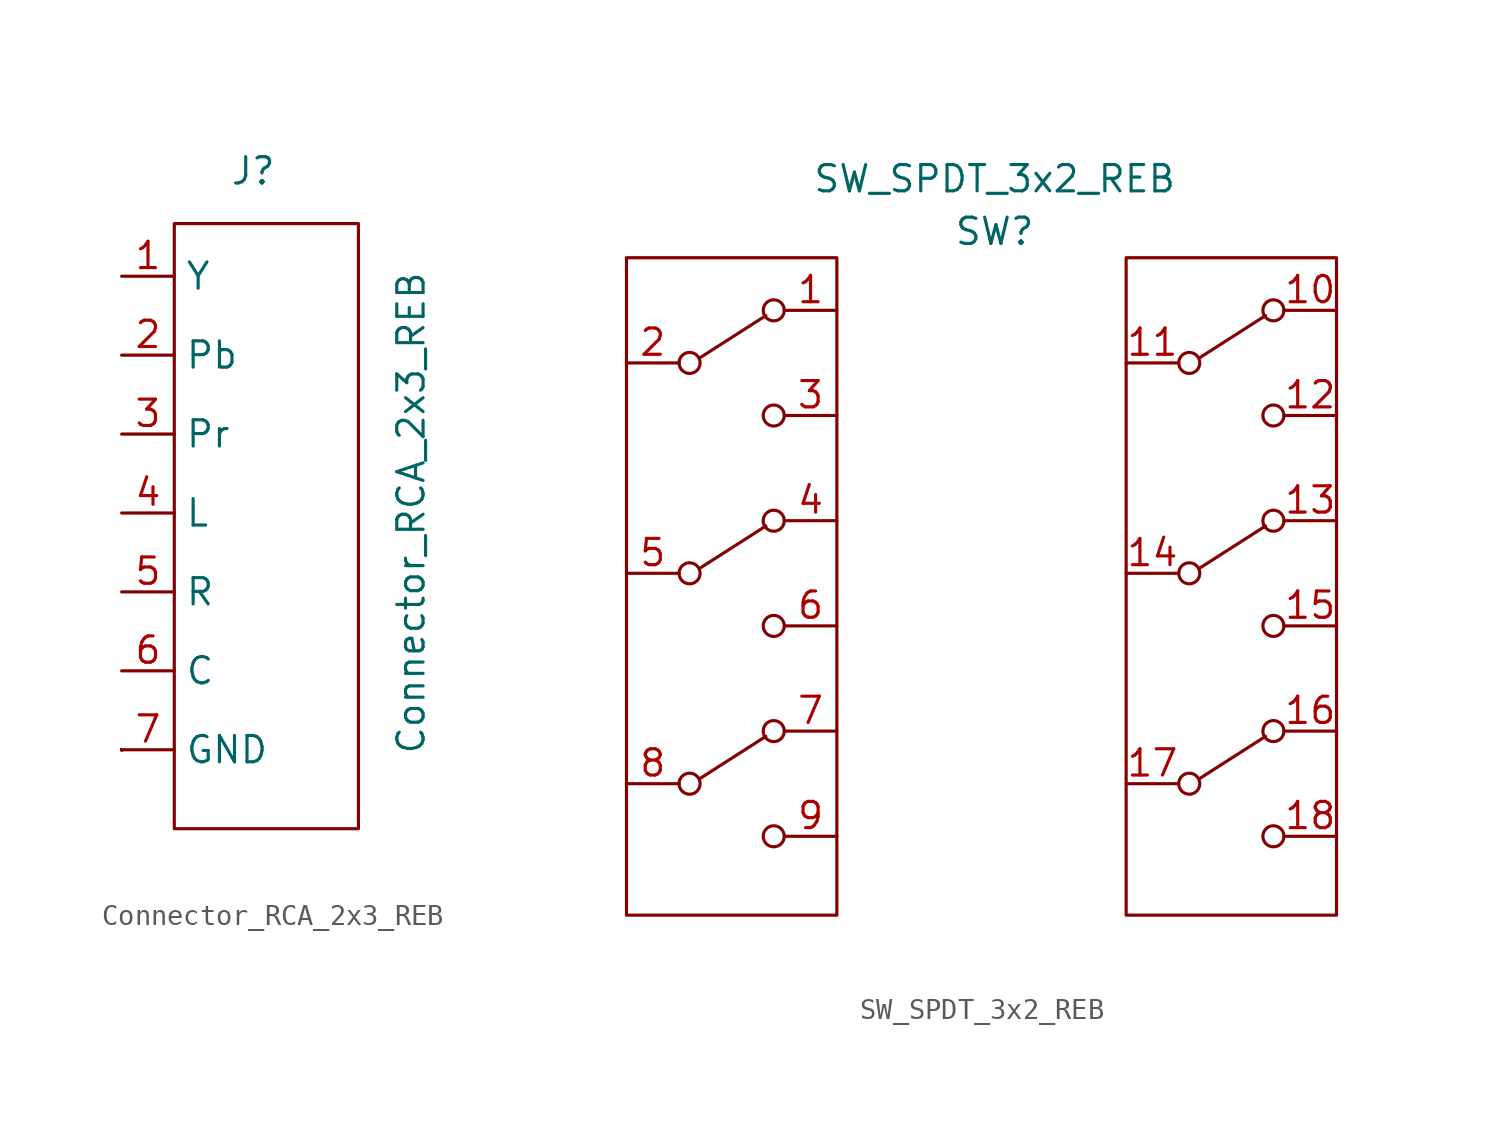
<source format=kicad_sym>
(kicad_symbol_lib
  (version 20211014)
  (generator kicad_symbol_editor)
  (symbol "Connector_RCA_2x3_REB"
    (property "Reference" "J"
      (at 11.43 2.54 0)
      (effects (font (size 1.27 1.27))))
    (property "Value" "Connector_RCA_2x3_REB"
      (at 19.05 -13.97 90)
      (effects (font (size 1.27 1.27))))
    (symbol "Connector_RCA_2x3_REB_0_1"
      (rectangle (start 5.08 -25.4) (end 5.08 -25.4) (stroke (width 0) (type default) (color 0 0 0 0)) (fill (type none)))
      (rectangle (start 5.08 -25.4) (end 5.08 -25.4) (stroke (width 0) (type default) (color 0 0 0 0)) (fill (type none)))
      (rectangle (start 5.08 -25.4) (end 5.08 -25.4) (stroke (width 0) (type default) (color 0 0 0 0)) (fill (type none)))
      (rectangle (start 5.08 -25.4) (end 5.08 -25.4) (stroke (width 0) (type default) (color 0 0 0 0)) (fill (type none)))
      (rectangle (start 5.08 -25.4) (end 5.08 -25.4) (stroke (width 0) (type default) (color 0 0 0 0)) (fill (type none)))
      (rectangle (start 5.08 -25.4) (end 5.08 -25.4) (stroke (width 0) (type default) (color 0 0 0 0)) (fill (type none)))
      (rectangle (start 5.08 -25.4) (end 5.08 -25.4) (stroke (width 0) (type default) (color 0 0 0 0)) (fill (type none)))
      (rectangle (start 5.08 -25.4) (end 5.08 -25.4) (stroke (width 0) (type default) (color 0 0 0 0)) (fill (type none)))
      (rectangle (start 5.08 -25.4) (end 5.08 -25.4) (stroke (width 0) (type default) (color 0 0 0 0)) (fill (type none)))
      (rectangle (start 5.08 -25.4) (end 5.08 -25.4) (stroke (width 0) (type default) (color 0 0 0 0)) (fill (type none)))
      (rectangle (start 5.08 -25.4) (end 5.08 -25.4) (stroke (width 0) (type default) (color 0 0 0 0)) (fill (type none)))
      (rectangle (start 7.62 0) (end 16.51 -29.21) (stroke (width 0) (type default) (color 0 0 0 0)) (fill (type none))))
    (symbol "Connector_RCA_2x3_REB_1_1"
      (pin bidirectional line (at 5.08 -2.54 0) (length 2.54) (name "Y" (effects (font (size 1.27 1.27)))) (number "1" (effects (font (size 1.27 1.27)))))
      (pin bidirectional line (at 5.08 -6.35 0) (length 2.54) (name "Pb" (effects (font (size 1.27 1.27)))) (number "2" (effects (font (size 1.27 1.27)))))
      (pin bidirectional line (at 5.08 -10.16 0) (length 2.54) (name "Pr" (effects (font (size 1.27 1.27)))) (number "3" (effects (font (size 1.27 1.27)))))
      (pin bidirectional line (at 5.08 -13.97 0) (length 2.54) (name "L" (effects (font (size 1.27 1.27)))) (number "4" (effects (font (size 1.27 1.27)))))
      (pin bidirectional line (at 5.08 -17.78 0) (length 2.54) (name "R" (effects (font (size 1.27 1.27)))) (number "5" (effects (font (size 1.27 1.27)))))
      (pin bidirectional line (at 5.08 -21.59 0) (length 2.54) (name "C" (effects (font (size 1.27 1.27)))) (number "6" (effects (font (size 1.27 1.27)))))
      (pin bidirectional line (at 5.08 -25.4 0) (length 2.54) (name "GND" (effects (font (size 1.27 1.27)))) (number "7" (effects (font (size 1.27 1.27)))))
      (pin passive line (at 5.08 -25.4 0) (length 2.54) hide (name "GND" (effects (font (size 1.27 1.27)))) (number "8" (effects (font (size 1.27 1.27)))))
      (pin passive line (at 5.08 -25.4 0) (length 2.54) hide (name "GND" (effects (font (size 1.27 1.27)))) (number "9" (effects (font (size 1.27 1.27)))))))
  (symbol "SW_SPDT_3x2_REB"
    (pin_names
      (offset 0) hide)
    (property "Reference" "SW"
      (at 12.7 6.35 0)
      (effects (font (size 1.27 1.27))))
    (property "Value" "SW_SPDT_3x2_REB"
      (at 12.7 8.89 0)
      (effects (font (size 1.27 1.27))))
    (symbol "SW_SPDT_3x2_REB_0_0"
      (circle (center -2.032 -20.32) (radius 0.508) (stroke (width 0) (type default) (color 0 0 0 0)) (fill (type none)))
      (circle (center -2.032 -10.16) (radius 0.508) (stroke (width 0) (type default) (color 0 0 0 0)) (fill (type none)))
      (circle (center -2.032 0) (radius 0.508) (stroke (width 0) (type default) (color 0 0 0 0)) (fill (type none)))
      (circle (center 2.032 -22.86) (radius 0.508) (stroke (width 0) (type default) (color 0 0 0 0)) (fill (type none)))
      (circle (center 2.032 -12.7) (radius 0.508) (stroke (width 0) (type default) (color 0 0 0 0)) (fill (type none)))
      (circle (center 2.032 -2.54) (radius 0.508) (stroke (width 0) (type default) (color 0 0 0 0)) (fill (type none)))
      (circle (center 22.098 -20.32) (radius 0.508) (stroke (width 0) (type default) (color 0 0 0 0)) (fill (type none)))
      (circle (center 22.098 -10.16) (radius 0.508) (stroke (width 0) (type default) (color 0 0 0 0)) (fill (type none)))
      (circle (center 22.098 0) (radius 0.508) (stroke (width 0) (type default) (color 0 0 0 0)) (fill (type none)))
      (circle (center 26.162 -22.86) (radius 0.508) (stroke (width 0) (type default) (color 0 0 0 0)) (fill (type none)))
      (circle (center 26.162 -12.7) (radius 0.508) (stroke (width 0) (type default) (color 0 0 0 0)) (fill (type none)))
      (circle (center 26.162 -2.54) (radius 0.508) (stroke (width 0) (type default) (color 0 0 0 0)) (fill (type none))))
    (symbol "SW_SPDT_3x2_REB_0_1"
      (rectangle (start -5.08 5.08) (end 5.08 -26.67) (stroke (width 0) (type default) (color 0 0 0 0)) (fill (type none)))
      (polyline (pts (xy -1.524 -20.066) (xy 1.651 -18.034)) (stroke (width 0) (type default) (color 0 0 0 0)) (fill (type none)))
      (polyline (pts (xy -1.524 -9.906) (xy 1.651 -7.874)) (stroke (width 0) (type default) (color 0 0 0 0)) (fill (type none)))
      (polyline (pts (xy -1.524 0.254) (xy 1.651 2.286)) (stroke (width 0) (type default) (color 0 0 0 0)) (fill (type none)))
      (polyline (pts (xy 22.606 -20.066) (xy 25.781 -18.034)) (stroke (width 0) (type default) (color 0 0 0 0)) (fill (type none)))
      (polyline (pts (xy 22.606 -9.906) (xy 25.781 -7.874)) (stroke (width 0) (type default) (color 0 0 0 0)) (fill (type none)))
      (polyline (pts (xy 22.606 0.254) (xy 25.781 2.286)) (stroke (width 0) (type default) (color 0 0 0 0)) (fill (type none)))
      (circle (center 2.032 -17.78) (radius 0.508) (stroke (width 0) (type default) (color 0 0 0 0)) (fill (type none)))
      (circle (center 2.032 -7.62) (radius 0.508) (stroke (width 0) (type default) (color 0 0 0 0)) (fill (type none)))
      (circle (center 2.032 2.54) (radius 0.508) (stroke (width 0) (type default) (color 0 0 0 0)) (fill (type none)))
      (rectangle (start 19.05 5.08) (end 29.21 -26.67) (stroke (width 0) (type default) (color 0 0 0 0)) (fill (type none)))
      (circle (center 26.162 -17.78) (radius 0.508) (stroke (width 0) (type default) (color 0 0 0 0)) (fill (type none)))
      (circle (center 26.162 -7.62) (radius 0.508) (stroke (width 0) (type default) (color 0 0 0 0)) (fill (type none)))
      (circle (center 26.162 2.54) (radius 0.508) (stroke (width 0) (type default) (color 0 0 0 0)) (fill (type none))))
    (symbol "SW_SPDT_3x2_REB_1_1"
      (pin passive line (at 5.08 2.54 180) (length 2.54) (name "A" (effects (font (size 1.27 1.27)))) (number "1" (effects (font (size 1.27 1.27)))))
      (pin passive line (at 29.21 2.54 180) (length 2.54) (name "A" (effects (font (size 1.27 1.27)))) (number "10" (effects (font (size 1.27 1.27)))))
      (pin passive line (at 19.05 0 0) (length 2.54) (name "C" (effects (font (size 1.27 1.27)))) (number "11" (effects (font (size 1.27 1.27)))))
      (pin passive line (at 29.21 -2.54 180) (length 2.54) (name "C" (effects (font (size 1.27 1.27)))) (number "12" (effects (font (size 1.27 1.27)))))
      (pin passive line (at 29.21 -7.62 180) (length 2.54) (name "A" (effects (font (size 1.27 1.27)))) (number "13" (effects (font (size 1.27 1.27)))))
      (pin passive line (at 19.05 -10.16 0) (length 2.54) (name "B" (effects (font (size 1.27 1.27)))) (number "14" (effects (font (size 1.27 1.27)))))
      (pin passive line (at 29.21 -12.7 180) (length 2.54) (name "C" (effects (font (size 1.27 1.27)))) (number "15" (effects (font (size 1.27 1.27)))))
      (pin passive line (at 29.21 -17.78 180) (length 2.54) (name "A" (effects (font (size 1.27 1.27)))) (number "16" (effects (font (size 1.27 1.27)))))
      (pin passive line (at 19.05 -20.32 0) (length 2.54) (name "B" (effects (font (size 1.27 1.27)))) (number "17" (effects (font (size 1.27 1.27)))))
      (pin passive line (at 29.21 -22.86 180) (length 2.54) (name "C" (effects (font (size 1.27 1.27)))) (number "18" (effects (font (size 1.27 1.27)))))
      (pin passive line (at -5.08 0 0) (length 2.54) (name "OA" (effects (font (size 1.27 1.27)))) (number "2" (effects (font (size 1.27 1.27)))))
      (pin passive line (at 5.08 -2.54 180) (length 2.54) (name "C" (effects (font (size 1.27 1.27)))) (number "3" (effects (font (size 1.27 1.27)))))
      (pin passive line (at 5.08 -7.62 180) (length 2.54) (name "A" (effects (font (size 1.27 1.27)))) (number "4" (effects (font (size 1.27 1.27)))))
      (pin passive line (at -5.08 -10.16 0) (length 2.54) (name "B" (effects (font (size 1.27 1.27)))) (number "5" (effects (font (size 1.27 1.27)))))
      (pin passive line (at 5.08 -12.7 180) (length 2.54) (name "C" (effects (font (size 1.27 1.27)))) (number "6" (effects (font (size 1.27 1.27)))))
      (pin passive line (at 5.08 -17.78 180) (length 2.54) (name "A" (effects (font (size 1.27 1.27)))) (number "7" (effects (font (size 1.27 1.27)))))
      (pin passive line (at -5.08 -20.32 0) (length 2.54) (name "B" (effects (font (size 1.27 1.27)))) (number "8" (effects (font (size 1.27 1.27)))))
      (pin passive line (at 5.08 -22.86 180) (length 2.54) (name "C" (effects (font (size 1.27 1.27)))) (number "9" (effects (font (size 1.27 1.27))))))))
</source>
